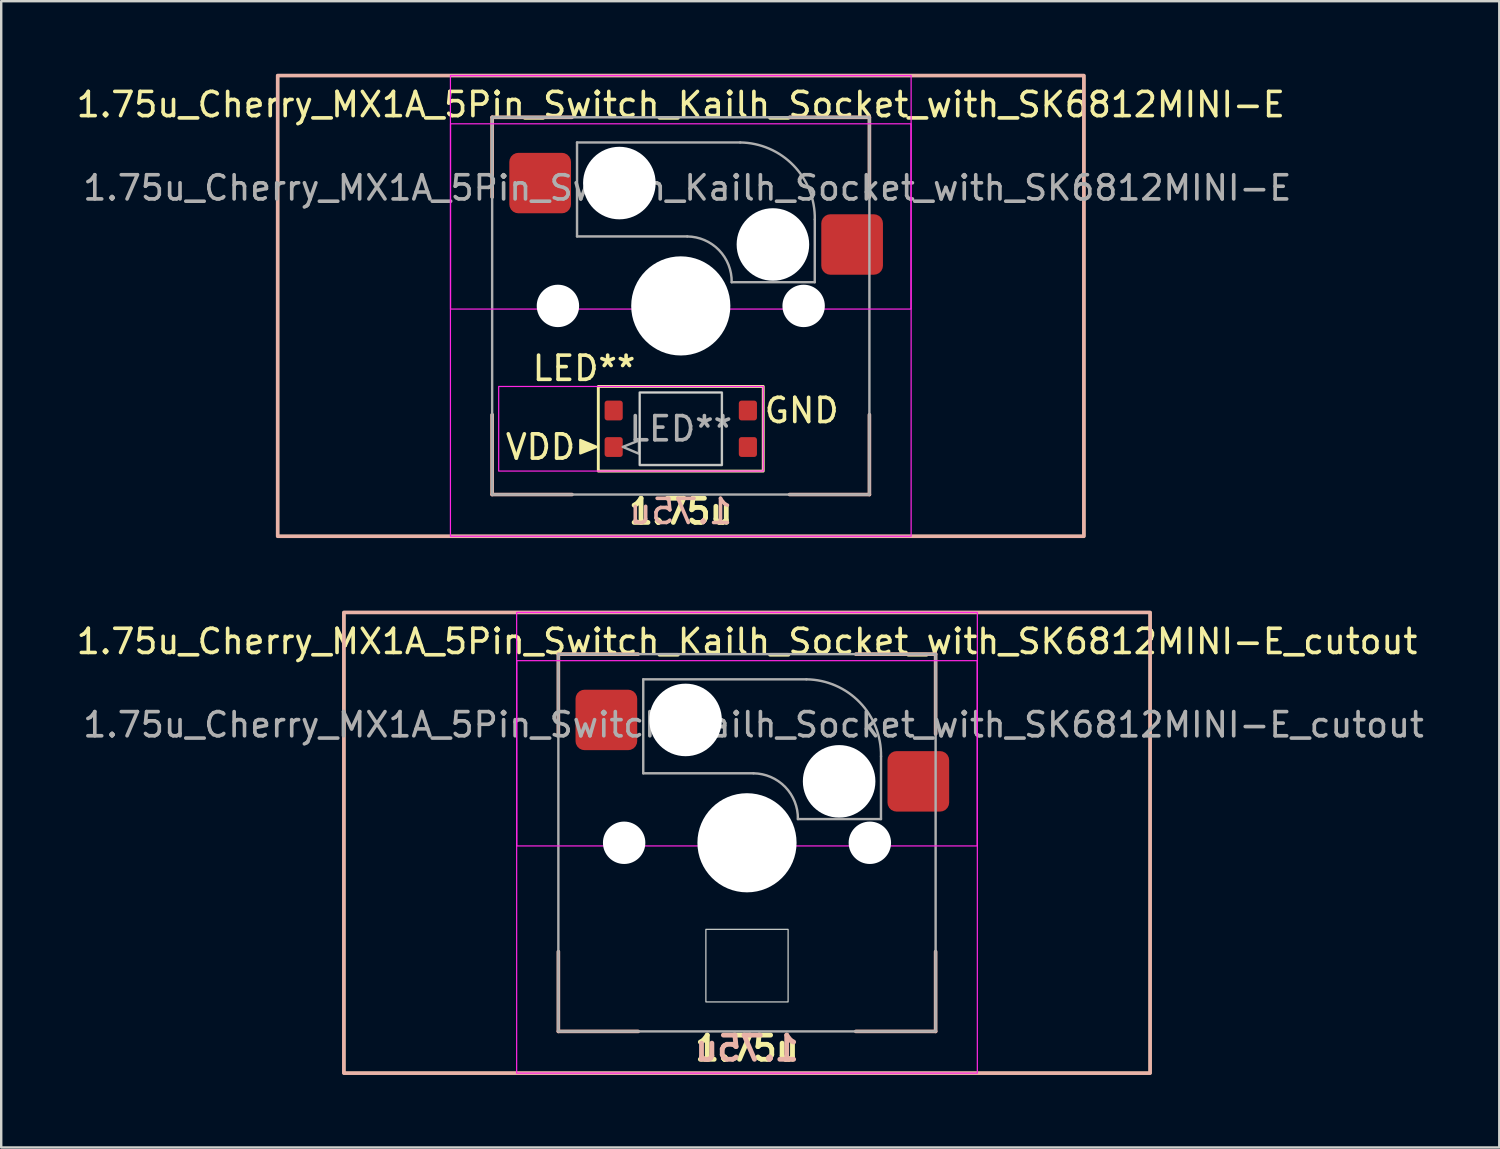
<source format=kicad_pcb>
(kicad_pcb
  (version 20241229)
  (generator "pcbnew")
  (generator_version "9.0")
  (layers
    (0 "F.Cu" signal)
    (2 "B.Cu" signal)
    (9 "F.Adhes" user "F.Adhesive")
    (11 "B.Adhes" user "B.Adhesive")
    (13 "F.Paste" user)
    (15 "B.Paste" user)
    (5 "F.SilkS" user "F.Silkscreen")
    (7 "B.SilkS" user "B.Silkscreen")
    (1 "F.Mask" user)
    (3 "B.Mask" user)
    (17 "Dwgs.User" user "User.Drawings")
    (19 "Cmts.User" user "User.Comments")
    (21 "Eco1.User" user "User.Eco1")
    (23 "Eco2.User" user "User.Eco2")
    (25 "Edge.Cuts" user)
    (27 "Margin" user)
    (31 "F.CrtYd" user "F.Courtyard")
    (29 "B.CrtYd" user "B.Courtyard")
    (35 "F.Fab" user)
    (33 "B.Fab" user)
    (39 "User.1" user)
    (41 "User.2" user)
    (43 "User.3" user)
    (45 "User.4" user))
  (footprint "1.75u_Cherry_MX1A_5Pin_Switch_Kailh_Socket_with_SK6812MINI-E_cutout"
    (layer "F.Cu")
    (at 27.839 31.8)
    (property "Reference" "1.75u_Cherry_MX1A_5Pin_Switch_Kailh_Socket_with_SK6812MINI-E_cutout" (at 0 -8.325 0) (layer "F.SilkS") (effects (font (size 1 1) (thickness 0.15))))
    (property "Size" "1.75u" (at 0 8.5 0) (layer "F.SilkS") (effects (font (size 1 1) (thickness 0.2) (bold yes))))
    (attr smd)
    (fp_line (start -7.8 -7.8) (end -7.8 -4.5) (stroke (width 0.12) (type default)) (layer "F.SilkS"))
    (fp_line (start -7.8 -7.8) (end -4.5 -7.8) (stroke (width 0.12) (type default)) (layer "F.SilkS"))
    (fp_line (start -7.8 7.8) (end -7.8 4.5) (stroke (width 0.12) (type solid)) (layer "F.SilkS"))
    (fp_line (start -7.8 7.8) (end -4.5 7.8) (stroke (width 0.12) (type default)) (layer "F.SilkS"))
    (fp_line (start 7.8 -7.8) (end 4.5 -7.8) (stroke (width 0.12) (type default)) (layer "F.SilkS"))
    (fp_line (start 7.8 -7.8) (end 7.8 -4.5) (stroke (width 0.12) (type default)) (layer "F.SilkS"))
    (fp_line (start 7.8 7.8) (end 4.5 7.8) (stroke (width 0.12) (type default)) (layer "F.SilkS"))
    (fp_line (start 7.8 7.8) (end 7.8 4.5) (stroke (width 0.12) (type default)) (layer "F.SilkS"))
    (fp_rect (start -16.669 -9.525) (end 16.669 9.525) (stroke (width 0.12) (type default)) (fill no) (layer "F.SilkS"))
    (fp_line (start -7.8 -7.8) (end -7.8 -4.5) (stroke (width 0.15) (type default)) (layer "B.SilkS"))
    (fp_line (start -7.8 -7.8) (end -4.5 -7.8) (stroke (width 0.15) (type default)) (layer "B.SilkS"))
    (fp_line (start -7.8 7.8) (end -7.8 4.5) (stroke (width 0.15) (type default)) (layer "B.SilkS"))
    (fp_line (start -7.8 7.8) (end -4.5 7.8) (stroke (width 0.15) (type default)) (layer "B.SilkS"))
    (fp_line (start 7.8 -7.8) (end 4.5 -7.8) (stroke (width 0.15) (type default)) (layer "B.SilkS"))
    (fp_line (start 7.8 -7.8) (end 7.8 -4.5) (stroke (width 0.15) (type default)) (layer "B.SilkS"))
    (fp_line (start 7.8 7.8) (end 4.5 7.8) (stroke (width 0.15) (type default)) (layer "B.SilkS"))
    (fp_line (start 7.8 7.8) (end 7.8 4.5) (stroke (width 0.15) (type default)) (layer "B.SilkS"))
    (fp_rect (start -16.669 -9.525) (end 16.669 9.525) (stroke (width 0.15) (type default)) (fill no) (layer "B.SilkS"))
    (fp_rect (start -1.7 3.58) (end 1.7 6.58) (stroke (width 0.05) (type default)) (fill no) (layer "Edge.Cuts"))
    (fp_rect (start -9.525 -9.525) (end 9.525 9.525) (stroke (width 0.05) (type default)) (fill no) (layer "F.CrtYd"))
    (fp_rect (start -9.52 -7.53) (end 9.52 0.13) (stroke (width 0.05) (type default)) (fill no) (layer "F.CrtYd"))
    (fp_line (start -4.29 -2.873) (end -4.29 -6.759) (stroke (width 0.1) (type default)) (layer "F.Fab"))
    (fp_line (start 0.269 -2.873) (end -4.29 -2.873) (stroke (width 0.1) (type default)) (layer "F.Fab"))
    (fp_line (start 2.455 -6.759) (end -4.29 -6.759) (stroke (width 0.1) (type default)) (layer "F.Fab"))
    (fp_line (start 5.54 -0.98) (end 2.105 -0.98) (stroke (width 0.1) (type default)) (layer "F.Fab"))
    (fp_line (start 5.54 -0.98) (end 5.542 -3.577) (stroke (width 0.1) (type default)) (layer "F.Fab"))
    (fp_rect (start -7.8 -7.8) (end 7.8 7.8) (stroke (width 0.1) (type default)) (fill no) (layer "F.Fab"))
    (fp_arc (start 0.268782 -2.872715) (mid 1.580341 -2.308063) (end 2.105 -0.98) (stroke (width 0.1) (type default)) (layer "F.Fab"))
    (fp_arc (start 2.45495 -6.759322) (mid 4.66 -5.81) (end 5.542076 -3.577199) (stroke (width 0.1) (type default)) (layer "F.Fab"))
    (fp_text user "${Size}" (at 0 8.5 0) (unlocked yes) (layer "B.SilkS") (effects (font (size 1 1) (thickness 0.2) (bold yes)) (justify mirror)))
    (fp_text user "${REFERENCE}" (at 0.269 -4.88 0) (layer "F.Fab") (effects (font (size 1 1) (thickness 0.15))))
    (pad "" np_thru_hole circle (at -5.08 0) (size 1.753 1.753) (drill 1.753) (layers "*.Cu" "*.Mask"))
    (pad "" np_thru_hole circle (at -2.54 -5.08) (size 3 3) (drill 3) (layers "*.Cu" "*.Mask"))
    (pad "" np_thru_hole circle (at 0 0) (size 4.1 4.1) (drill 4.1) (layers "*.Cu" "*.Mask"))
    (pad "" np_thru_hole circle (at 3.81 -2.54) (size 3 3) (drill 3) (layers "*.Cu" "*.Mask"))
    (pad "" np_thru_hole circle (at 5.08 0) (size 1.753 1.753) (drill 1.753) (layers "*.Cu" "*.Mask"))
    (pad "1" smd roundrect (at -5.815 -5.08) (size 2.55 2.5) (layers "F.Cu" "F.Mask" "F.Paste") (roundrect_rratio 0.15))
    (pad "2" smd roundrect (at 7.085 -2.54) (size 2.55 2.5) (layers "F.Cu" "F.Mask" "F.Paste") (roundrect_rratio 0.15)))
  (footprint "1.75u_Cherry_MX1A_5Pin_Switch_Kailh_Socket_with_SK6812MINI-E"
    (layer "F.Cu")
    (at 25.101 9.6)
    (property "Reference" "1.75u_Cherry_MX1A_5Pin_Switch_Kailh_Socket_with_SK6812MINI-E" (at 0 -8.325 0) (layer "F.SilkS") (effects (font (size 1 1) (thickness 0.15))))
    (property "LED_Reference" "LED**" (at -4 2.58 0) (layer "F.SilkS") (effects (font (size 1 1) (thickness 0.15))))
    (property "Size" "1.75u" (at 0 8.5 0) (layer "F.SilkS") (effects (font (size 1 1) (thickness 0.2) (bold yes))))
    (attr smd)
    (fp_line (start -7.8 -7.8) (end -7.8 -4.5) (stroke (width 0.12) (type default)) (layer "F.SilkS"))
    (fp_line (start -7.8 -7.8) (end -4.5 -7.8) (stroke (width 0.12) (type default)) (layer "F.SilkS"))
    (fp_line (start -7.8 7.8) (end -7.8 4.5) (stroke (width 0.12) (type solid)) (layer "F.SilkS"))
    (fp_line (start -7.8 7.8) (end -4.5 7.8) (stroke (width 0.12) (type default)) (layer "F.SilkS"))
    (fp_line (start 7.8 -7.8) (end 4.5 -7.8) (stroke (width 0.12) (type default)) (layer "F.SilkS"))
    (fp_line (start 7.8 -7.8) (end 7.8 -4.5) (stroke (width 0.12) (type default)) (layer "F.SilkS"))
    (fp_line (start 7.8 7.8) (end 4.5 7.8) (stroke (width 0.12) (type default)) (layer "F.SilkS"))
    (fp_line (start 7.8 7.8) (end 7.8 4.5) (stroke (width 0.12) (type default)) (layer "F.SilkS"))
    (fp_rect (start -16.669 -9.525) (end 16.669 9.525) (stroke (width 0.12) (type default)) (fill no) (layer "F.SilkS"))
    (fp_rect (start -3.41 3.33) (end 3.41 6.83) (stroke (width 0.12) (type default)) (fill no) (layer "F.SilkS"))
    (fp_poly (pts (xy -3.48 5.83) (xy -4.153 5.547) (xy -4.153 5.55) (xy -4.153 6.097)) (stroke (width 0.1) (type solid)) (fill yes) (layer "F.SilkS"))
    (fp_line (start -7.8 -7.8) (end -7.8 -4.5) (stroke (width 0.15) (type default)) (layer "B.SilkS"))
    (fp_line (start -7.8 -7.8) (end -4.5 -7.8) (stroke (width 0.15) (type default)) (layer "B.SilkS"))
    (fp_line (start -7.8 7.8) (end -7.8 4.5) (stroke (width 0.15) (type default)) (layer "B.SilkS"))
    (fp_line (start -7.8 7.8) (end -4.5 7.8) (stroke (width 0.15) (type default)) (layer "B.SilkS"))
    (fp_line (start 7.8 -7.8) (end 4.5 -7.8) (stroke (width 0.15) (type default)) (layer "B.SilkS"))
    (fp_line (start 7.8 -7.8) (end 7.8 -4.5) (stroke (width 0.15) (type default)) (layer "B.SilkS"))
    (fp_line (start 7.8 7.8) (end 4.5 7.8) (stroke (width 0.15) (type default)) (layer "B.SilkS"))
    (fp_line (start 7.8 7.8) (end 7.8 4.5) (stroke (width 0.15) (type default)) (layer "B.SilkS"))
    (fp_rect (start -16.669 -9.525) (end 16.669 9.525) (stroke (width 0.15) (type default)) (fill no) (layer "B.SilkS"))
    (fp_rect (start -1.7 3.58) (end 1.7 6.58) (stroke (width 0.05) (type default)) (fill no) (layer "Edge.Cuts"))
    (fp_rect (start -9.525 -9.525) (end 9.525 9.525) (stroke (width 0.05) (type default)) (fill no) (layer "F.CrtYd"))
    (fp_rect (start -9.52 -7.53) (end 9.52 0.13) (stroke (width 0.05) (type default)) (fill no) (layer "F.CrtYd"))
    (fp_rect (start -7.53 3.33) (end 3.41 6.83) (stroke (width 0.05) (type default)) (fill no) (layer "F.CrtYd"))
    (fp_line (start -4.29 -2.873) (end -4.29 -6.759) (stroke (width 0.1) (type default)) (layer "F.Fab"))
    (fp_line (start 0.269 -2.873) (end -4.29 -2.873) (stroke (width 0.1) (type default)) (layer "F.Fab"))
    (fp_line (start 2.455 -6.759) (end -4.29 -6.759) (stroke (width 0.1) (type default)) (layer "F.Fab"))
    (fp_line (start 5.54 -0.98) (end 2.105 -0.98) (stroke (width 0.1) (type default)) (layer "F.Fab"))
    (fp_line (start 5.54 -0.98) (end 5.542 -3.577) (stroke (width 0.1) (type default)) (layer "F.Fab"))
    (fp_rect (start -7.8 -7.8) (end 7.8 7.8) (stroke (width 0.1) (type default)) (fill no) (layer "F.Fab"))
    (fp_rect (start -1.7 3.58) (end 1.7 6.58) (stroke (width 0.1) (type default)) (fill no) (layer "F.Fab"))
    (fp_arc (start 0.268782 -2.872715) (mid 1.580341 -2.308063) (end 2.105 -0.98) (stroke (width 0.1) (type default)) (layer "F.Fab"))
    (fp_arc (start 2.45495 -6.759322) (mid 4.66 -5.81) (end 5.542076 -3.577199) (stroke (width 0.1) (type default)) (layer "F.Fab"))
    (fp_poly (pts (xy -2.4 5.83) (xy -1.727 6.113) (xy -1.727 6.11) (xy -1.727 5.563)) (stroke (width 0.1) (type solid)) (fill no) (layer "F.Fab"))
    (fp_text user "VDD" (at -5.8 5.835 0) (unlocked yes) (layer "F.SilkS") (effects (font (size 1 1) (thickness 0.15))))
    (fp_text user "GND" (at 5 4.325 0) (unlocked yes) (layer "F.SilkS") (effects (font (size 1 1) (thickness 0.15))))
    (fp_text user "${Size}" (at 0 8.5 0) (unlocked yes) (layer "B.SilkS") (effects (font (size 1 1) (thickness 0.15)) (justify mirror)))
    (fp_text user "${LED_Reference}" (at 0 5.08 0) (unlocked yes) (layer "F.Fab") (effects (font (size 1 1) (thickness 0.15))))
    (fp_text user "${REFERENCE}" (at 0.269 -4.88 0) (layer "F.Fab") (effects (font (size 1 1) (thickness 0.15))))
    (pad "" np_thru_hole circle (at -5.08 0) (size 1.753 1.753) (drill 1.753) (layers "*.Cu" "*.Mask"))
    (pad "" np_thru_hole circle (at -2.54 -5.08) (size 3 3) (drill 3) (layers "*.Cu" "*.Mask"))
    (pad "" np_thru_hole circle (at 0 0) (size 4.1 4.1) (drill 4.1) (layers "*.Cu" "*.Mask"))
    (pad "" np_thru_hole circle (at 3.81 -2.54) (size 3 3) (drill 3) (layers "*.Cu" "*.Mask"))
    (pad "" np_thru_hole circle (at 5.08 0) (size 1.753 1.753) (drill 1.753) (layers "*.Cu" "*.Mask"))
    (pad "1" smd roundrect (at -2.775 5.835) (size 0.75 0.82) (layers "F.Cu" "F.Mask" "F.Paste") (roundrect_rratio 0.15))
    (pad "2" smd roundrect (at -2.775 4.325) (size 0.75 0.82) (layers "F.Cu" "F.Mask" "F.Paste") (roundrect_rratio 0.15))
    (pad "3" smd roundrect (at 2.775 4.325) (size 0.75 0.82) (layers "F.Cu" "F.Mask" "F.Paste") (roundrect_rratio 0.15))
    (pad "4" smd roundrect (at 2.775 5.835) (size 0.75 0.82) (layers "F.Cu" "F.Mask" "F.Paste") (roundrect_rratio 0.15))
    (pad "5" smd roundrect (at -5.815 -5.08) (size 2.55 2.5) (layers "F.Cu" "F.Mask" "F.Paste") (roundrect_rratio 0.15))
    (pad "6" smd roundrect (at 7.085 -2.54) (size 2.55 2.5) (layers "F.Cu" "F.Mask" "F.Paste") (roundrect_rratio 0.15)))
  (gr_rect
    (start -3 -3)
    (end 58.947 44.4)
    (stroke (width 0.1) (type default))
    (fill no)
    (layer "Edge.Cuts")))
</source>
